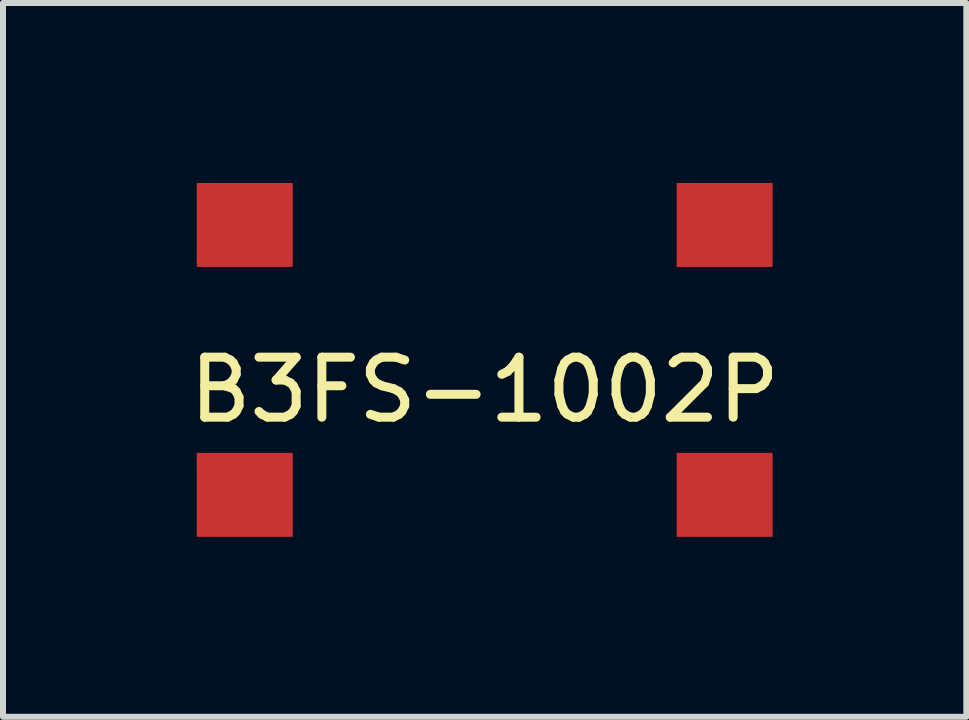
<source format=kicad_pcb>
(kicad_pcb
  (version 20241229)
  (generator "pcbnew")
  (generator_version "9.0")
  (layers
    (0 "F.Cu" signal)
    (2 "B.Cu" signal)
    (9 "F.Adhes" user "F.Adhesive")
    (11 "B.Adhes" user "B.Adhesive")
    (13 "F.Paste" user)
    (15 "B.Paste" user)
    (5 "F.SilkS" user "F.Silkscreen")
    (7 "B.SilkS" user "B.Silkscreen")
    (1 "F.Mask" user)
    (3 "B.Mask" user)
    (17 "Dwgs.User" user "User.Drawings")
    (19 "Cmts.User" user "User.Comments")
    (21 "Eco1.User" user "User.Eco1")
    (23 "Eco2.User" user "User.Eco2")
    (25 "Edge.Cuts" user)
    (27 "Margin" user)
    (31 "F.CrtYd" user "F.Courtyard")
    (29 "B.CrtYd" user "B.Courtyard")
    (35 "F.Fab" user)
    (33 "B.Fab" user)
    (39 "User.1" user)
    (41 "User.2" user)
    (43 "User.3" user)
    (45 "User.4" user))
  (footprint "B3FS-1002P"
    (layer "F.Cu")
    (at 5.03 2.95)
    (property "Reference" "B3FS-1002P" (at 0 0.5 0) (layer "F.SilkS") (effects (font (size 1 1) (thickness 0.15))))
    (attr through_hole)
    (pad "1" smd rect (at 4 2.25) (size 1.6 1.4) (layers "F.Cu" "F.Mask" "F.Paste"))
    (pad "2" smd rect (at -4 2.25) (size 1.6 1.4) (layers "F.Cu" "F.Mask" "F.Paste"))
    (pad "3" smd rect (at 4 -2.25) (size 1.6 1.4) (layers "F.Cu" "F.Mask" "F.Paste"))
    (pad "4" smd rect (at -4 -2.25) (size 1.6 1.4) (layers "F.Cu" "F.Mask" "F.Paste")))
  (gr_rect
    (start -3 -3)
    (end 13.06 8.9)
    (stroke (width 0.1) (type default))
    (fill no)
    (layer "Edge.Cuts")))
</source>
